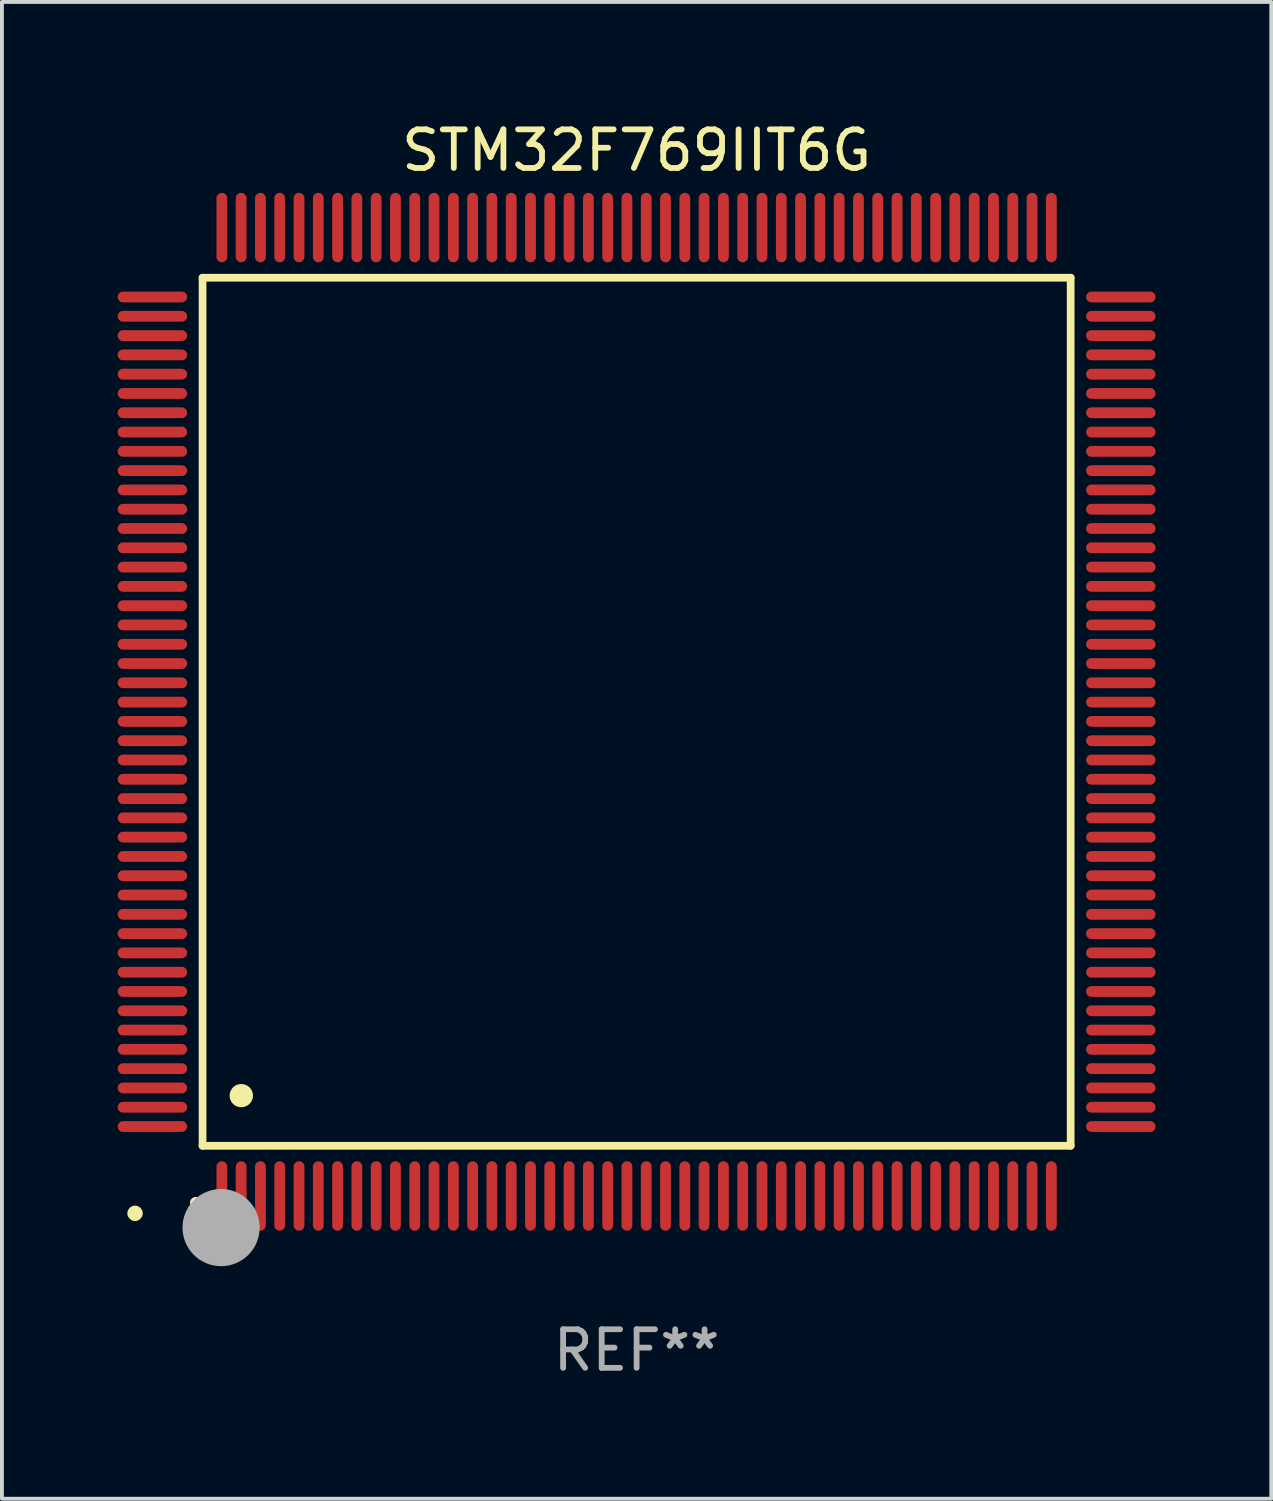
<source format=kicad_pcb>
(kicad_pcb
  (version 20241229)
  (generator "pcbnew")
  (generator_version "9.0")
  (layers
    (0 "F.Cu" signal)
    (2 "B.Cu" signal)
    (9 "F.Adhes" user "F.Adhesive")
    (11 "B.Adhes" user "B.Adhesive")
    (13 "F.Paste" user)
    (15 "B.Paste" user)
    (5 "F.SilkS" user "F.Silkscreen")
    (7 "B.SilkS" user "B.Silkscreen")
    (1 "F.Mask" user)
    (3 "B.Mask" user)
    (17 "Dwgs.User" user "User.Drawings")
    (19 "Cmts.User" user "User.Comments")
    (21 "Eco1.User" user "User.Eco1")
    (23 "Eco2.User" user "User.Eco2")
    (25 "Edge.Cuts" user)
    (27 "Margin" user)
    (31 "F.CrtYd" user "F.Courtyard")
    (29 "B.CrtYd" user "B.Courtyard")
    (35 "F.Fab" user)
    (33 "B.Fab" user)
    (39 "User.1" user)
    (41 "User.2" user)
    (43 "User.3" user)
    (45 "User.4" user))
  (footprint "STM32F769IIT6G"
    (layer "F.Cu")
    (at 13.45 15.398)
    (property "Reference" "STM32F769IIT6G" (at 0 -14.55 0) (layer "F.SilkS") (effects (font (size 1 1) (thickness 0.15))))
    (attr through_hole)
    (fp_line (start -11.25 -11.25) (end 11.25 -11.25) (stroke (width 0.2) (type solid)) (layer "F.SilkS"))
    (fp_line (start -11.25 11.25) (end -11.25 -11.25) (stroke (width 0.2) (type solid)) (layer "F.SilkS"))
    (fp_line (start 11.25 -11.25) (end 11.25 11.25) (stroke (width 0.2) (type solid)) (layer "F.SilkS"))
    (fp_line (start 11.25 11.25) (end -11.25 11.25) (stroke (width 0.2) (type solid)) (layer "F.SilkS"))
    (fp_arc (start -11.424943 12.725425) (mid -11.423673 12.72542) (end -11.422403 12.725425) (stroke (width 0.3) (type solid)) (layer "F.SilkS"))
    (fp_arc (start -10.24892 9.9492) (mid -10.24638 9.949189) (end -10.24384 9.9492) (stroke (width 0.6) (type solid)) (layer "F.SilkS"))
    (fp_circle (center -13 13) (end -12.9 13) (stroke (width 0.2) (type solid)) (fill no) (layer "F.SilkS"))
    (fp_circle (center -10.77 13.37) (end -10.27 13.37) (stroke (width 1) (type solid)) (fill no) (layer "F.Fab"))
    (fp_text user "REF**" (at 0 16.55 0) (layer "F.Fab") (effects (font (size 1 1) (thickness 0.15))))
    (pad "1" smd oval (at -10.75 12.55) (size 0.28 1.8) (layers "F.Cu" "F.Mask" "F.Paste"))
    (pad "2" smd oval (at -10.25 12.55) (size 0.28 1.8) (layers "F.Cu" "F.Mask" "F.Paste"))
    (pad "3" smd oval (at -9.75 12.55) (size 0.28 1.8) (layers "F.Cu" "F.Mask" "F.Paste"))
    (pad "4" smd oval (at -9.25 12.55) (size 0.28 1.8) (layers "F.Cu" "F.Mask" "F.Paste"))
    (pad "5" smd oval (at -8.75 12.55) (size 0.28 1.8) (layers "F.Cu" "F.Mask" "F.Paste"))
    (pad "6" smd oval (at -8.25 12.55) (size 0.28 1.8) (layers "F.Cu" "F.Mask" "F.Paste"))
    (pad "7" smd oval (at -7.75 12.55) (size 0.28 1.8) (layers "F.Cu" "F.Mask" "F.Paste"))
    (pad "8" smd oval (at -7.25 12.55) (size 0.28 1.8) (layers "F.Cu" "F.Mask" "F.Paste"))
    (pad "9" smd oval (at -6.75 12.55) (size 0.28 1.8) (layers "F.Cu" "F.Mask" "F.Paste"))
    (pad "10" smd oval (at -6.25 12.55) (size 0.28 1.8) (layers "F.Cu" "F.Mask" "F.Paste"))
    (pad "11" smd oval (at -5.75 12.55) (size 0.28 1.8) (layers "F.Cu" "F.Mask" "F.Paste"))
    (pad "12" smd oval (at -5.25 12.55) (size 0.28 1.8) (layers "F.Cu" "F.Mask" "F.Paste"))
    (pad "13" smd oval (at -4.75 12.55) (size 0.28 1.8) (layers "F.Cu" "F.Mask" "F.Paste"))
    (pad "14" smd oval (at -4.25 12.55) (size 0.28 1.8) (layers "F.Cu" "F.Mask" "F.Paste"))
    (pad "15" smd oval (at -3.75 12.55) (size 0.28 1.8) (layers "F.Cu" "F.Mask" "F.Paste"))
    (pad "16" smd oval (at -3.25 12.55) (size 0.28 1.8) (layers "F.Cu" "F.Mask" "F.Paste"))
    (pad "17" smd oval (at -2.75 12.55) (size 0.28 1.8) (layers "F.Cu" "F.Mask" "F.Paste"))
    (pad "18" smd oval (at -2.25 12.55) (size 0.28 1.8) (layers "F.Cu" "F.Mask" "F.Paste"))
    (pad "19" smd oval (at -1.75 12.55) (size 0.28 1.8) (layers "F.Cu" "F.Mask" "F.Paste"))
    (pad "20" smd oval (at -1.25 12.55) (size 0.28 1.8) (layers "F.Cu" "F.Mask" "F.Paste"))
    (pad "21" smd oval (at -0.75 12.55) (size 0.28 1.8) (layers "F.Cu" "F.Mask" "F.Paste"))
    (pad "22" smd oval (at -0.25 12.55) (size 0.28 1.8) (layers "F.Cu" "F.Mask" "F.Paste"))
    (pad "23" smd oval (at 0.25 12.55) (size 0.28 1.8) (layers "F.Cu" "F.Mask" "F.Paste"))
    (pad "24" smd oval (at 0.75 12.55) (size 0.28 1.8) (layers "F.Cu" "F.Mask" "F.Paste"))
    (pad "25" smd oval (at 1.25 12.55) (size 0.28 1.8) (layers "F.Cu" "F.Mask" "F.Paste"))
    (pad "26" smd oval (at 1.75 12.55) (size 0.28 1.8) (layers "F.Cu" "F.Mask" "F.Paste"))
    (pad "27" smd oval (at 2.25 12.55) (size 0.28 1.8) (layers "F.Cu" "F.Mask" "F.Paste"))
    (pad "28" smd oval (at 2.75 12.55) (size 0.28 1.8) (layers "F.Cu" "F.Mask" "F.Paste"))
    (pad "29" smd oval (at 3.25 12.55) (size 0.28 1.8) (layers "F.Cu" "F.Mask" "F.Paste"))
    (pad "30" smd oval (at 3.75 12.55) (size 0.28 1.8) (layers "F.Cu" "F.Mask" "F.Paste"))
    (pad "31" smd oval (at 4.25 12.55) (size 0.28 1.8) (layers "F.Cu" "F.Mask" "F.Paste"))
    (pad "32" smd oval (at 4.75 12.55) (size 0.28 1.8) (layers "F.Cu" "F.Mask" "F.Paste"))
    (pad "33" smd oval (at 5.25 12.55) (size 0.28 1.8) (layers "F.Cu" "F.Mask" "F.Paste"))
    (pad "34" smd oval (at 5.75 12.55) (size 0.28 1.8) (layers "F.Cu" "F.Mask" "F.Paste"))
    (pad "35" smd oval (at 6.25 12.55) (size 0.28 1.8) (layers "F.Cu" "F.Mask" "F.Paste"))
    (pad "36" smd oval (at 6.75 12.55) (size 0.28 1.8) (layers "F.Cu" "F.Mask" "F.Paste"))
    (pad "37" smd oval (at 7.25 12.55) (size 0.28 1.8) (layers "F.Cu" "F.Mask" "F.Paste"))
    (pad "38" smd oval (at 7.75 12.55) (size 0.28 1.8) (layers "F.Cu" "F.Mask" "F.Paste"))
    (pad "39" smd oval (at 8.25 12.55) (size 0.28 1.8) (layers "F.Cu" "F.Mask" "F.Paste"))
    (pad "40" smd oval (at 8.75 12.55) (size 0.28 1.8) (layers "F.Cu" "F.Mask" "F.Paste"))
    (pad "41" smd oval (at 9.25 12.55) (size 0.28 1.8) (layers "F.Cu" "F.Mask" "F.Paste"))
    (pad "42" smd oval (at 9.75 12.55) (size 0.28 1.8) (layers "F.Cu" "F.Mask" "F.Paste"))
    (pad "43" smd oval (at 10.25 12.55) (size 0.28 1.8) (layers "F.Cu" "F.Mask" "F.Paste"))
    (pad "44" smd oval (at 10.75 12.55) (size 0.28 1.8) (layers "F.Cu" "F.Mask" "F.Paste"))
    (pad "45" smd oval (at 12.55 10.75) (size 1.8 0.28) (layers "F.Cu" "F.Mask" "F.Paste"))
    (pad "46" smd oval (at 12.55 10.25) (size 1.8 0.28) (layers "F.Cu" "F.Mask" "F.Paste"))
    (pad "47" smd oval (at 12.55 9.75) (size 1.8 0.28) (layers "F.Cu" "F.Mask" "F.Paste"))
    (pad "48" smd oval (at 12.55 9.25) (size 1.8 0.28) (layers "F.Cu" "F.Mask" "F.Paste"))
    (pad "49" smd oval (at 12.55 8.75) (size 1.8 0.28) (layers "F.Cu" "F.Mask" "F.Paste"))
    (pad "50" smd oval (at 12.55 8.25) (size 1.8 0.28) (layers "F.Cu" "F.Mask" "F.Paste"))
    (pad "51" smd oval (at 12.55 7.75) (size 1.8 0.28) (layers "F.Cu" "F.Mask" "F.Paste"))
    (pad "52" smd oval (at 12.55 7.25) (size 1.8 0.28) (layers "F.Cu" "F.Mask" "F.Paste"))
    (pad "53" smd oval (at 12.55 6.75) (size 1.8 0.28) (layers "F.Cu" "F.Mask" "F.Paste"))
    (pad "54" smd oval (at 12.55 6.25) (size 1.8 0.28) (layers "F.Cu" "F.Mask" "F.Paste"))
    (pad "55" smd oval (at 12.55 5.75) (size 1.8 0.28) (layers "F.Cu" "F.Mask" "F.Paste"))
    (pad "56" smd oval (at 12.55 5.25) (size 1.8 0.28) (layers "F.Cu" "F.Mask" "F.Paste"))
    (pad "57" smd oval (at 12.55 4.75) (size 1.8 0.28) (layers "F.Cu" "F.Mask" "F.Paste"))
    (pad "58" smd oval (at 12.55 4.25) (size 1.8 0.28) (layers "F.Cu" "F.Mask" "F.Paste"))
    (pad "59" smd oval (at 12.55 3.75) (size 1.8 0.28) (layers "F.Cu" "F.Mask" "F.Paste"))
    (pad "60" smd oval (at 12.55 3.25) (size 1.8 0.28) (layers "F.Cu" "F.Mask" "F.Paste"))
    (pad "61" smd oval (at 12.55 2.75) (size 1.8 0.28) (layers "F.Cu" "F.Mask" "F.Paste"))
    (pad "62" smd oval (at 12.55 2.25) (size 1.8 0.28) (layers "F.Cu" "F.Mask" "F.Paste"))
    (pad "63" smd oval (at 12.55 1.75) (size 1.8 0.28) (layers "F.Cu" "F.Mask" "F.Paste"))
    (pad "64" smd oval (at 12.55 1.25) (size 1.8 0.28) (layers "F.Cu" "F.Mask" "F.Paste"))
    (pad "65" smd oval (at 12.55 0.75) (size 1.8 0.28) (layers "F.Cu" "F.Mask" "F.Paste"))
    (pad "66" smd oval (at 12.55 0.25) (size 1.8 0.28) (layers "F.Cu" "F.Mask" "F.Paste"))
    (pad "67" smd oval (at 12.55 -0.25) (size 1.8 0.28) (layers "F.Cu" "F.Mask" "F.Paste"))
    (pad "68" smd oval (at 12.55 -0.75) (size 1.8 0.28) (layers "F.Cu" "F.Mask" "F.Paste"))
    (pad "69" smd oval (at 12.55 -1.25) (size 1.8 0.28) (layers "F.Cu" "F.Mask" "F.Paste"))
    (pad "70" smd oval (at 12.55 -1.75) (size 1.8 0.28) (layers "F.Cu" "F.Mask" "F.Paste"))
    (pad "71" smd oval (at 12.55 -2.25) (size 1.8 0.28) (layers "F.Cu" "F.Mask" "F.Paste"))
    (pad "72" smd oval (at 12.55 -2.75) (size 1.8 0.28) (layers "F.Cu" "F.Mask" "F.Paste"))
    (pad "73" smd oval (at 12.55 -3.25) (size 1.8 0.28) (layers "F.Cu" "F.Mask" "F.Paste"))
    (pad "74" smd oval (at 12.55 -3.75) (size 1.8 0.28) (layers "F.Cu" "F.Mask" "F.Paste"))
    (pad "75" smd oval (at 12.55 -4.25) (size 1.8 0.28) (layers "F.Cu" "F.Mask" "F.Paste"))
    (pad "76" smd oval (at 12.55 -4.75) (size 1.8 0.28) (layers "F.Cu" "F.Mask" "F.Paste"))
    (pad "77" smd oval (at 12.55 -5.25) (size 1.8 0.28) (layers "F.Cu" "F.Mask" "F.Paste"))
    (pad "78" smd oval (at 12.55 -5.75) (size 1.8 0.28) (layers "F.Cu" "F.Mask" "F.Paste"))
    (pad "79" smd oval (at 12.55 -6.25) (size 1.8 0.28) (layers "F.Cu" "F.Mask" "F.Paste"))
    (pad "80" smd oval (at 12.55 -6.75) (size 1.8 0.28) (layers "F.Cu" "F.Mask" "F.Paste"))
    (pad "81" smd oval (at 12.55 -7.25) (size 1.8 0.28) (layers "F.Cu" "F.Mask" "F.Paste"))
    (pad "82" smd oval (at 12.55 -7.75) (size 1.8 0.28) (layers "F.Cu" "F.Mask" "F.Paste"))
    (pad "83" smd oval (at 12.55 -8.25) (size 1.8 0.28) (layers "F.Cu" "F.Mask" "F.Paste"))
    (pad "84" smd oval (at 12.55 -8.75) (size 1.8 0.28) (layers "F.Cu" "F.Mask" "F.Paste"))
    (pad "85" smd oval (at 12.55 -9.25) (size 1.8 0.28) (layers "F.Cu" "F.Mask" "F.Paste"))
    (pad "86" smd oval (at 12.55 -9.75) (size 1.8 0.28) (layers "F.Cu" "F.Mask" "F.Paste"))
    (pad "87" smd oval (at 12.55 -10.25) (size 1.8 0.28) (layers "F.Cu" "F.Mask" "F.Paste"))
    (pad "88" smd oval (at 12.55 -10.75) (size 1.8 0.28) (layers "F.Cu" "F.Mask" "F.Paste"))
    (pad "89" smd oval (at 10.75 -12.55) (size 0.28 1.8) (layers "F.Cu" "F.Mask" "F.Paste"))
    (pad "90" smd oval (at 10.25 -12.55) (size 0.28 1.8) (layers "F.Cu" "F.Mask" "F.Paste"))
    (pad "91" smd oval (at 9.75 -12.55) (size 0.28 1.8) (layers "F.Cu" "F.Mask" "F.Paste"))
    (pad "92" smd oval (at 9.25 -12.55) (size 0.28 1.8) (layers "F.Cu" "F.Mask" "F.Paste"))
    (pad "93" smd oval (at 8.75 -12.55) (size 0.28 1.8) (layers "F.Cu" "F.Mask" "F.Paste"))
    (pad "94" smd oval (at 8.25 -12.55) (size 0.28 1.8) (layers "F.Cu" "F.Mask" "F.Paste"))
    (pad "95" smd oval (at 7.75 -12.55) (size 0.28 1.8) (layers "F.Cu" "F.Mask" "F.Paste"))
    (pad "96" smd oval (at 7.25 -12.55) (size 0.28 1.8) (layers "F.Cu" "F.Mask" "F.Paste"))
    (pad "97" smd oval (at 6.75 -12.55) (size 0.28 1.8) (layers "F.Cu" "F.Mask" "F.Paste"))
    (pad "98" smd oval (at 6.25 -12.55) (size 0.28 1.8) (layers "F.Cu" "F.Mask" "F.Paste"))
    (pad "99" smd oval (at 5.75 -12.55) (size 0.28 1.8) (layers "F.Cu" "F.Mask" "F.Paste"))
    (pad "100" smd oval (at 5.25 -12.55) (size 0.28 1.8) (layers "F.Cu" "F.Mask" "F.Paste"))
    (pad "101" smd oval (at 4.75 -12.55) (size 0.28 1.8) (layers "F.Cu" "F.Mask" "F.Paste"))
    (pad "102" smd oval (at 4.25 -12.55) (size 0.28 1.8) (layers "F.Cu" "F.Mask" "F.Paste"))
    (pad "103" smd oval (at 3.75 -12.55) (size 0.28 1.8) (layers "F.Cu" "F.Mask" "F.Paste"))
    (pad "104" smd oval (at 3.25 -12.55) (size 0.28 1.8) (layers "F.Cu" "F.Mask" "F.Paste"))
    (pad "105" smd oval (at 2.75 -12.55) (size 0.28 1.8) (layers "F.Cu" "F.Mask" "F.Paste"))
    (pad "106" smd oval (at 2.25 -12.55) (size 0.28 1.8) (layers "F.Cu" "F.Mask" "F.Paste"))
    (pad "107" smd oval (at 1.75 -12.55) (size 0.28 1.8) (layers "F.Cu" "F.Mask" "F.Paste"))
    (pad "108" smd oval (at 1.25 -12.55) (size 0.28 1.8) (layers "F.Cu" "F.Mask" "F.Paste"))
    (pad "109" smd oval (at 0.75 -12.55) (size 0.28 1.8) (layers "F.Cu" "F.Mask" "F.Paste"))
    (pad "110" smd oval (at 0.25 -12.55) (size 0.28 1.8) (layers "F.Cu" "F.Mask" "F.Paste"))
    (pad "111" smd oval (at -0.25 -12.55) (size 0.28 1.8) (layers "F.Cu" "F.Mask" "F.Paste"))
    (pad "112" smd oval (at -0.75 -12.55) (size 0.28 1.8) (layers "F.Cu" "F.Mask" "F.Paste"))
    (pad "113" smd oval (at -1.25 -12.55) (size 0.28 1.8) (layers "F.Cu" "F.Mask" "F.Paste"))
    (pad "114" smd oval (at -1.75 -12.55) (size 0.28 1.8) (layers "F.Cu" "F.Mask" "F.Paste"))
    (pad "115" smd oval (at -2.25 -12.55) (size 0.28 1.8) (layers "F.Cu" "F.Mask" "F.Paste"))
    (pad "116" smd oval (at -2.75 -12.55) (size 0.28 1.8) (layers "F.Cu" "F.Mask" "F.Paste"))
    (pad "117" smd oval (at -3.25 -12.55) (size 0.28 1.8) (layers "F.Cu" "F.Mask" "F.Paste"))
    (pad "118" smd oval (at -3.75 -12.55) (size 0.28 1.8) (layers "F.Cu" "F.Mask" "F.Paste"))
    (pad "119" smd oval (at -4.25 -12.55) (size 0.28 1.8) (layers "F.Cu" "F.Mask" "F.Paste"))
    (pad "120" smd oval (at -4.75 -12.55) (size 0.28 1.8) (layers "F.Cu" "F.Mask" "F.Paste"))
    (pad "121" smd oval (at -5.25 -12.55) (size 0.28 1.8) (layers "F.Cu" "F.Mask" "F.Paste"))
    (pad "122" smd oval (at -5.75 -12.55) (size 0.28 1.8) (layers "F.Cu" "F.Mask" "F.Paste"))
    (pad "123" smd oval (at -6.25 -12.55) (size 0.28 1.8) (layers "F.Cu" "F.Mask" "F.Paste"))
    (pad "124" smd oval (at -6.75 -12.55) (size 0.28 1.8) (layers "F.Cu" "F.Mask" "F.Paste"))
    (pad "125" smd oval (at -7.25 -12.55) (size 0.28 1.8) (layers "F.Cu" "F.Mask" "F.Paste"))
    (pad "126" smd oval (at -7.75 -12.55) (size 0.28 1.8) (layers "F.Cu" "F.Mask" "F.Paste"))
    (pad "127" smd oval (at -8.25 -12.55) (size 0.28 1.8) (layers "F.Cu" "F.Mask" "F.Paste"))
    (pad "128" smd oval (at -8.75 -12.55) (size 0.28 1.8) (layers "F.Cu" "F.Mask" "F.Paste"))
    (pad "129" smd oval (at -9.25 -12.55) (size 0.28 1.8) (layers "F.Cu" "F.Mask" "F.Paste"))
    (pad "130" smd oval (at -9.75 -12.55) (size 0.28 1.8) (layers "F.Cu" "F.Mask" "F.Paste"))
    (pad "131" smd oval (at -10.25 -12.55) (size 0.28 1.8) (layers "F.Cu" "F.Mask" "F.Paste"))
    (pad "132" smd oval (at -10.75 -12.55) (size 0.28 1.8) (layers "F.Cu" "F.Mask" "F.Paste"))
    (pad "133" smd oval (at -12.55 -10.75) (size 1.8 0.28) (layers "F.Cu" "F.Mask" "F.Paste"))
    (pad "134" smd oval (at -12.55 -10.25) (size 1.8 0.28) (layers "F.Cu" "F.Mask" "F.Paste"))
    (pad "135" smd oval (at -12.55 -9.75) (size 1.8 0.28) (layers "F.Cu" "F.Mask" "F.Paste"))
    (pad "136" smd oval (at -12.55 -9.25) (size 1.8 0.28) (layers "F.Cu" "F.Mask" "F.Paste"))
    (pad "137" smd oval (at -12.55 -8.75) (size 1.8 0.28) (layers "F.Cu" "F.Mask" "F.Paste"))
    (pad "138" smd oval (at -12.55 -8.25) (size 1.8 0.28) (layers "F.Cu" "F.Mask" "F.Paste"))
    (pad "139" smd oval (at -12.55 -7.75) (size 1.8 0.28) (layers "F.Cu" "F.Mask" "F.Paste"))
    (pad "140" smd oval (at -12.55 -7.25) (size 1.8 0.28) (layers "F.Cu" "F.Mask" "F.Paste"))
    (pad "141" smd oval (at -12.55 -6.75) (size 1.8 0.28) (layers "F.Cu" "F.Mask" "F.Paste"))
    (pad "142" smd oval (at -12.55 -6.25) (size 1.8 0.28) (layers "F.Cu" "F.Mask" "F.Paste"))
    (pad "143" smd oval (at -12.55 -5.75) (size 1.8 0.28) (layers "F.Cu" "F.Mask" "F.Paste"))
    (pad "144" smd oval (at -12.55 -5.25) (size 1.8 0.28) (layers "F.Cu" "F.Mask" "F.Paste"))
    (pad "145" smd oval (at -12.55 -4.75) (size 1.8 0.28) (layers "F.Cu" "F.Mask" "F.Paste"))
    (pad "146" smd oval (at -12.55 -4.25) (size 1.8 0.28) (layers "F.Cu" "F.Mask" "F.Paste"))
    (pad "147" smd oval (at -12.55 -3.75) (size 1.8 0.28) (layers "F.Cu" "F.Mask" "F.Paste"))
    (pad "148" smd oval (at -12.55 -3.25) (size 1.8 0.28) (layers "F.Cu" "F.Mask" "F.Paste"))
    (pad "149" smd oval (at -12.55 -2.75) (size 1.8 0.28) (layers "F.Cu" "F.Mask" "F.Paste"))
    (pad "150" smd oval (at -12.55 -2.25) (size 1.8 0.28) (layers "F.Cu" "F.Mask" "F.Paste"))
    (pad "151" smd oval (at -12.55 -1.75) (size 1.8 0.28) (layers "F.Cu" "F.Mask" "F.Paste"))
    (pad "152" smd oval (at -12.55 -1.25) (size 1.8 0.28) (layers "F.Cu" "F.Mask" "F.Paste"))
    (pad "153" smd oval (at -12.55 -0.75) (size 1.8 0.28) (layers "F.Cu" "F.Mask" "F.Paste"))
    (pad "154" smd oval (at -12.55 -0.25) (size 1.8 0.28) (layers "F.Cu" "F.Mask" "F.Paste"))
    (pad "155" smd oval (at -12.55 0.25) (size 1.8 0.28) (layers "F.Cu" "F.Mask" "F.Paste"))
    (pad "156" smd oval (at -12.55 0.75) (size 1.8 0.28) (layers "F.Cu" "F.Mask" "F.Paste"))
    (pad "157" smd oval (at -12.55 1.25) (size 1.8 0.28) (layers "F.Cu" "F.Mask" "F.Paste"))
    (pad "158" smd oval (at -12.55 1.75) (size 1.8 0.28) (layers "F.Cu" "F.Mask" "F.Paste"))
    (pad "159" smd oval (at -12.55 2.25) (size 1.8 0.28) (layers "F.Cu" "F.Mask" "F.Paste"))
    (pad "160" smd oval (at -12.55 2.75) (size 1.8 0.28) (layers "F.Cu" "F.Mask" "F.Paste"))
    (pad "161" smd oval (at -12.55 3.25) (size 1.8 0.28) (layers "F.Cu" "F.Mask" "F.Paste"))
    (pad "162" smd oval (at -12.55 3.75) (size 1.8 0.28) (layers "F.Cu" "F.Mask" "F.Paste"))
    (pad "163" smd oval (at -12.55 4.25) (size 1.8 0.28) (layers "F.Cu" "F.Mask" "F.Paste"))
    (pad "164" smd oval (at -12.55 4.75) (size 1.8 0.28) (layers "F.Cu" "F.Mask" "F.Paste"))
    (pad "165" smd oval (at -12.55 5.25) (size 1.8 0.28) (layers "F.Cu" "F.Mask" "F.Paste"))
    (pad "166" smd oval (at -12.55 5.75) (size 1.8 0.28) (layers "F.Cu" "F.Mask" "F.Paste"))
    (pad "167" smd oval (at -12.55 6.25) (size 1.8 0.28) (layers "F.Cu" "F.Mask" "F.Paste"))
    (pad "168" smd oval (at -12.55 6.75) (size 1.8 0.28) (layers "F.Cu" "F.Mask" "F.Paste"))
    (pad "169" smd oval (at -12.55 7.25) (size 1.8 0.28) (layers "F.Cu" "F.Mask" "F.Paste"))
    (pad "170" smd oval (at -12.55 7.75) (size 1.8 0.28) (layers "F.Cu" "F.Mask" "F.Paste"))
    (pad "171" smd oval (at -12.55 8.25) (size 1.8 0.28) (layers "F.Cu" "F.Mask" "F.Paste"))
    (pad "172" smd oval (at -12.55 8.75) (size 1.8 0.28) (layers "F.Cu" "F.Mask" "F.Paste"))
    (pad "173" smd oval (at -12.55 9.25) (size 1.8 0.28) (layers "F.Cu" "F.Mask" "F.Paste"))
    (pad "174" smd oval (at -12.55 9.75) (size 1.8 0.28) (layers "F.Cu" "F.Mask" "F.Paste"))
    (pad "175" smd oval (at -12.55 10.25) (size 1.8 0.28) (layers "F.Cu" "F.Mask" "F.Paste"))
    (pad "176" smd oval (at -12.55 10.75) (size 1.8 0.28) (layers "F.Cu" "F.Mask" "F.Paste")))
  (gr_rect
    (start -3 -3)
    (end 29.9 35.796)
    (stroke (width 0.1) (type default))
    (fill no)
    (layer "Edge.Cuts")))
</source>
